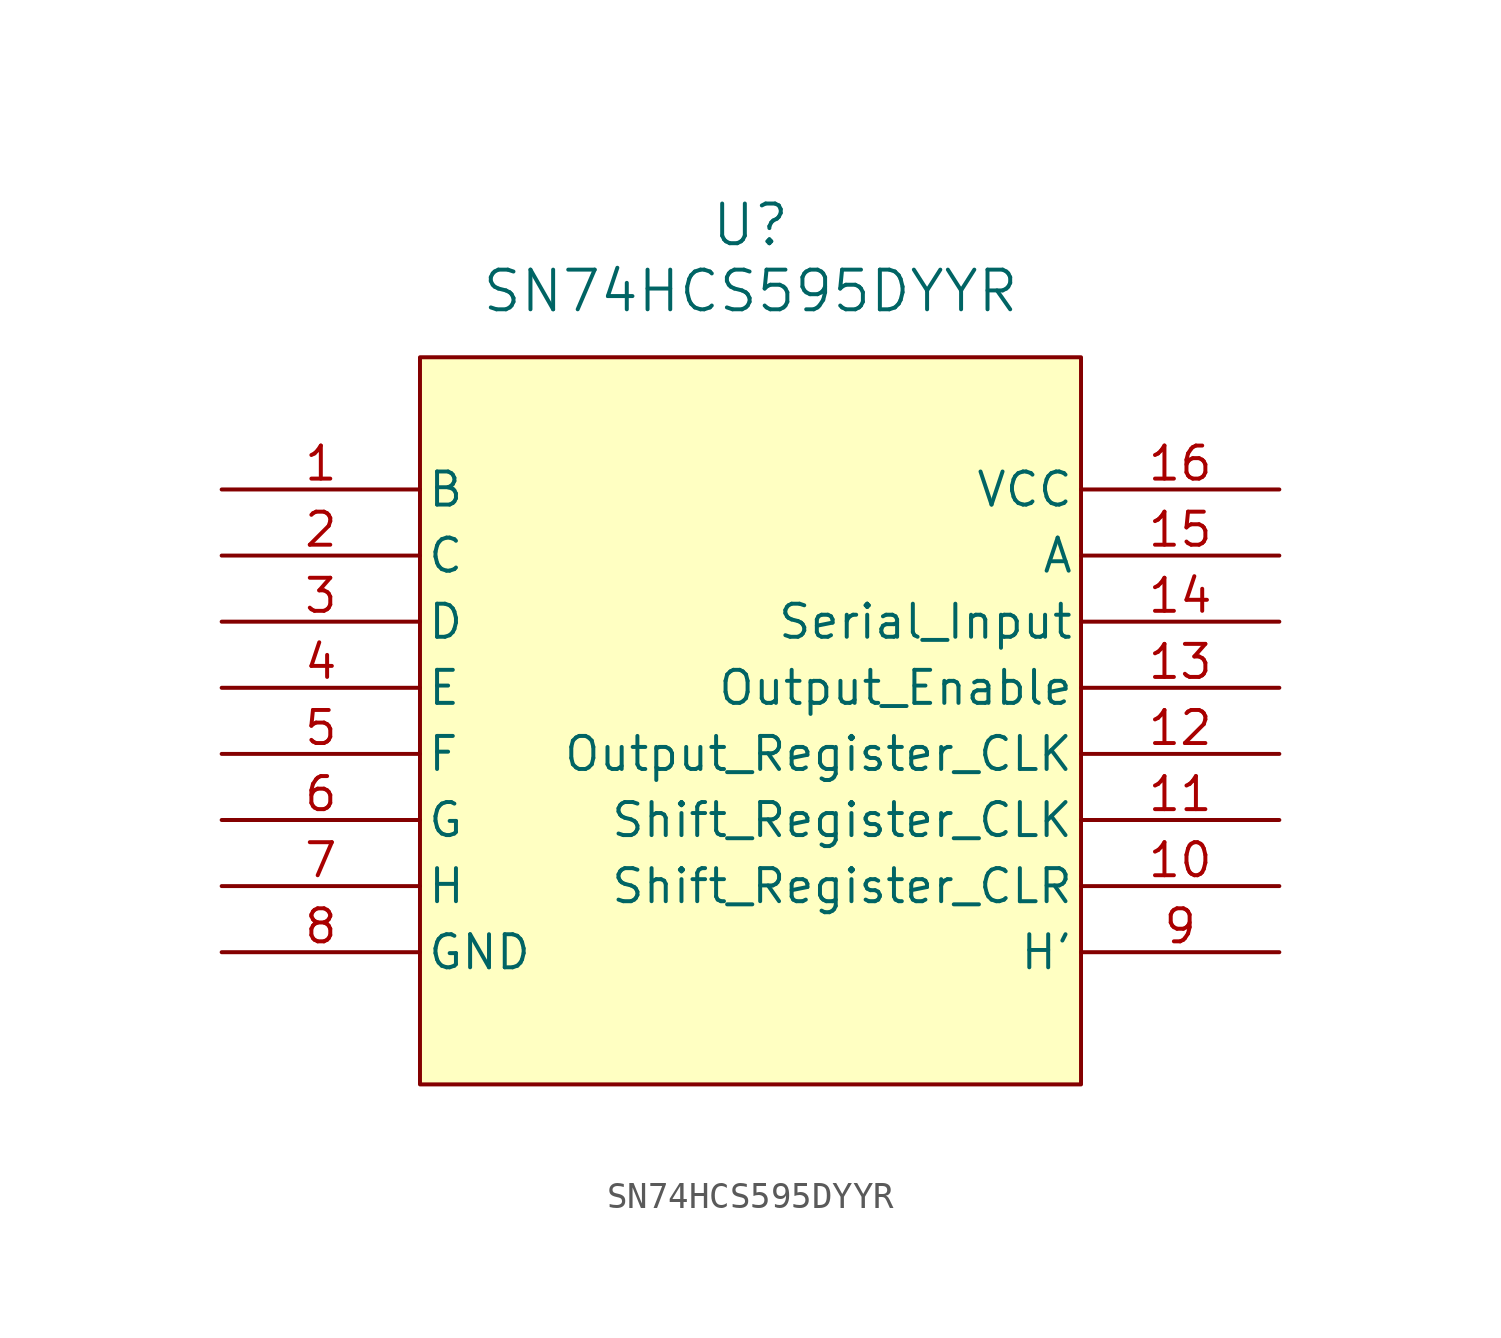
<source format=kicad_sym>
(kicad_symbol_lib
  (version 20241209)
  (generator "kicad_symbol_editor")
  (generator_version "9.0")
  (symbol "SN74HCS595DYYR"
    (pin_names
      (offset 0.254))
    (property "Reference" "U"
      (at 20.32 10.16 0)
      (effects (font (size 1.524 1.524))))
    (property "Value" "SN74HCS595DYYR"
      (at 20.32 7.62 0)
      (effects (font (size 1.524 1.524))))
    (property "ki_locked" ""
      (at 0 0 0)
      (effects (font (size 1.27 1.27))))
    (symbol "SN74HCS595DYYR_1_1"
      (rectangle (start 7.62 5.08) (end 33.02 -22.86) (stroke (width 0) (type solid)) (fill (type background)))
      (pin unspecified line (at 0 0 0) (length 7.62) (name "B" (effects (font (size 1.27 1.27)))) (number "1" (effects (font (size 1.27 1.27)))))
      (pin unspecified line (at 0 -2.54 0) (length 7.62) (name "C" (effects (font (size 1.27 1.27)))) (number "2" (effects (font (size 1.27 1.27)))))
      (pin unspecified line (at 0 -5.08 0) (length 7.62) (name "D" (effects (font (size 1.27 1.27)))) (number "3" (effects (font (size 1.27 1.27)))))
      (pin unspecified line (at 0 -7.62 0) (length 7.62) (name "E" (effects (font (size 1.27 1.27)))) (number "4" (effects (font (size 1.27 1.27)))))
      (pin unspecified line (at 0 -10.16 0) (length 7.62) (name "F" (effects (font (size 1.27 1.27)))) (number "5" (effects (font (size 1.27 1.27)))))
      (pin unspecified line (at 0 -12.7 0) (length 7.62) (name "G" (effects (font (size 1.27 1.27)))) (number "6" (effects (font (size 1.27 1.27)))))
      (pin unspecified line (at 0 -15.24 0) (length 7.62) (name "H" (effects (font (size 1.27 1.27)))) (number "7" (effects (font (size 1.27 1.27)))))
      (pin unspecified line (at 0 -17.78 0) (length 7.62) (name "GND" (effects (font (size 1.27 1.27)))) (number "8" (effects (font (size 1.27 1.27)))))
      (pin unspecified line (at 40.64 0 180) (length 7.62) (name "VCC" (effects (font (size 1.27 1.27)))) (number "16" (effects (font (size 1.27 1.27)))))
      (pin unspecified line (at 40.64 -2.54 180) (length 7.62) (name "A" (effects (font (size 1.27 1.27)))) (number "15" (effects (font (size 1.27 1.27)))))
      (pin unspecified line (at 40.64 -5.08 180) (length 7.62) (name "Serial_Input" (effects (font (size 1.27 1.27)))) (number "14" (effects (font (size 1.27 1.27)))))
      (pin unspecified line (at 40.64 -7.62 180) (length 7.62) (name "Output_Enable" (effects (font (size 1.27 1.27)))) (number "13" (effects (font (size 1.27 1.27)))))
      (pin unspecified line (at 40.64 -10.16 180) (length 7.62) (name "Output_Register_CLK" (effects (font (size 1.27 1.27)))) (number "12" (effects (font (size 1.27 1.27)))))
      (pin unspecified line (at 40.64 -12.7 180) (length 7.62) (name "Shift_Register_CLK" (effects (font (size 1.27 1.27)))) (number "11" (effects (font (size 1.27 1.27)))))
      (pin unspecified line (at 40.64 -15.24 180) (length 7.62) (name "Shift_Register_CLR" (effects (font (size 1.27 1.27)))) (number "10" (effects (font (size 1.27 1.27)))))
      (pin unspecified line (at 40.64 -17.78 180) (length 7.62) (name "H'" (effects (font (size 1.27 1.27)))) (number "9" (effects (font (size 1.27 1.27))))))))
</source>
